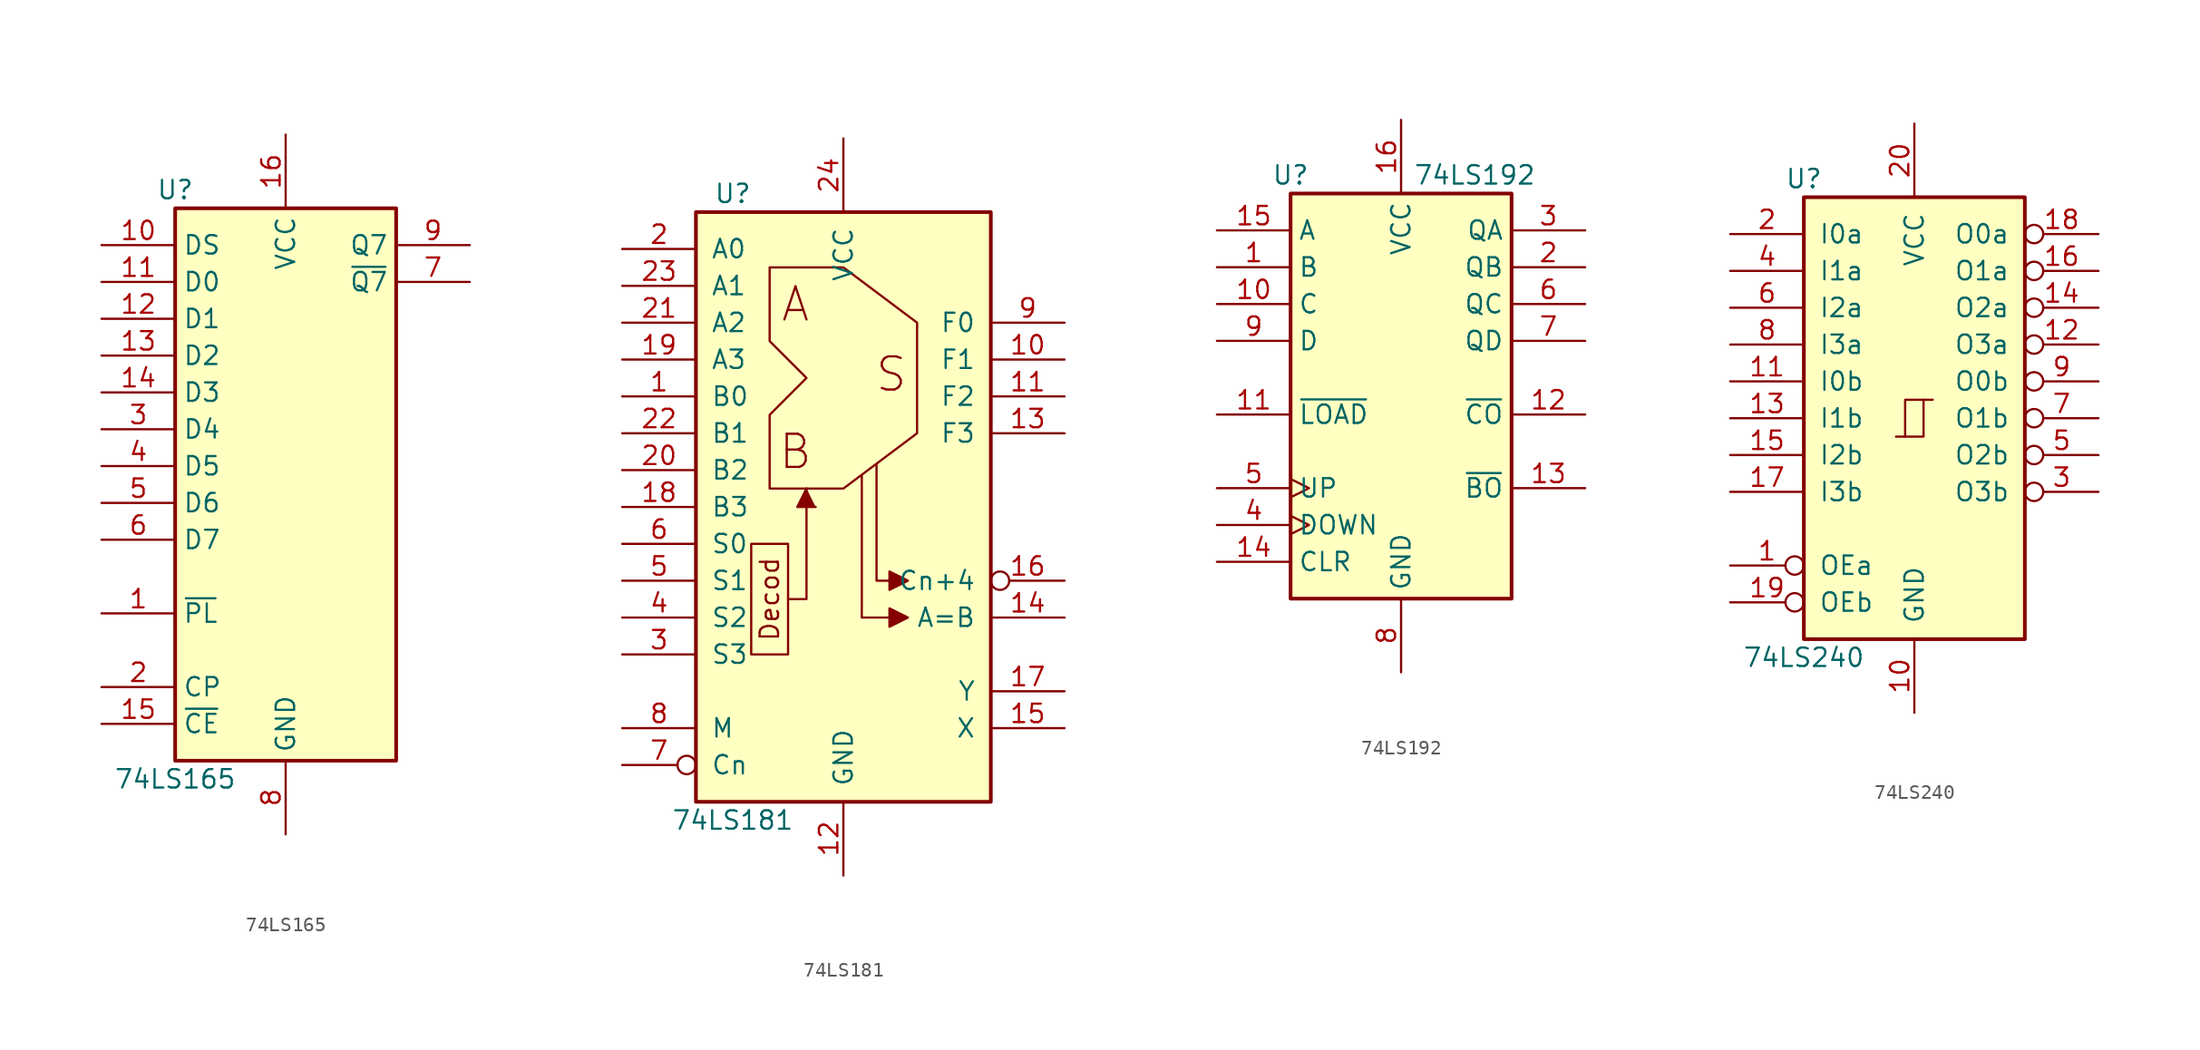
<source format=kicad_sym>
(kicad_symbol_lib
  (version 20201005)
  (generator kicad_symbol_editor)
  (symbol "74LS165"
    (property "Reference" "U"
      (at -7.62 19.05 0)
      (effects (font (size 1.27 1.27))))
    (property "Value" "74LS165"
      (at -7.62 -21.59 0)
      (effects (font (size 1.27 1.27))))
    (symbol "74LS165_1_0"
      (pin input line (at -12.7 -10.16 0) (length 5.08) (name "~PL" (effects (font (size 1.27 1.27)))) (number "1" (effects (font (size 1.27 1.27)))))
      (pin input line (at -12.7 15.24 0) (length 5.08) (name "DS" (effects (font (size 1.27 1.27)))) (number "10" (effects (font (size 1.27 1.27)))))
      (pin input line (at -12.7 12.7 0) (length 5.08) (name "D0" (effects (font (size 1.27 1.27)))) (number "11" (effects (font (size 1.27 1.27)))))
      (pin input line (at -12.7 10.16 0) (length 5.08) (name "D1" (effects (font (size 1.27 1.27)))) (number "12" (effects (font (size 1.27 1.27)))))
      (pin input line (at -12.7 7.62 0) (length 5.08) (name "D2" (effects (font (size 1.27 1.27)))) (number "13" (effects (font (size 1.27 1.27)))))
      (pin input line (at -12.7 5.08 0) (length 5.08) (name "D3" (effects (font (size 1.27 1.27)))) (number "14" (effects (font (size 1.27 1.27)))))
      (pin input line (at -12.7 -17.78 0) (length 5.08) (name "~CE" (effects (font (size 1.27 1.27)))) (number "15" (effects (font (size 1.27 1.27)))))
      (pin power_in line (at 0 22.86 270) (length 5.08) (name "VCC" (effects (font (size 1.27 1.27)))) (number "16" (effects (font (size 1.27 1.27)))))
      (pin input line (at -12.7 -15.24 0) (length 5.08) (name "CP" (effects (font (size 1.27 1.27)))) (number "2" (effects (font (size 1.27 1.27)))))
      (pin input line (at -12.7 2.54 0) (length 5.08) (name "D4" (effects (font (size 1.27 1.27)))) (number "3" (effects (font (size 1.27 1.27)))))
      (pin input line (at -12.7 0 0) (length 5.08) (name "D5" (effects (font (size 1.27 1.27)))) (number "4" (effects (font (size 1.27 1.27)))))
      (pin input line (at -12.7 -2.54 0) (length 5.08) (name "D6" (effects (font (size 1.27 1.27)))) (number "5" (effects (font (size 1.27 1.27)))))
      (pin input line (at -12.7 -5.08 0) (length 5.08) (name "D7" (effects (font (size 1.27 1.27)))) (number "6" (effects (font (size 1.27 1.27)))))
      (pin output line (at 12.7 12.7 180) (length 5.08) (name "~Q7" (effects (font (size 1.27 1.27)))) (number "7" (effects (font (size 1.27 1.27)))))
      (pin power_in line (at 0 -25.4 90) (length 5.08) (name "GND" (effects (font (size 1.27 1.27)))) (number "8" (effects (font (size 1.27 1.27)))))
      (pin output line (at 12.7 15.24 180) (length 5.08) (name "Q7" (effects (font (size 1.27 1.27)))) (number "9" (effects (font (size 1.27 1.27))))))
    (symbol "74LS165_1_1"
      (rectangle (start -7.62 17.78) (end 7.62 -20.32) (stroke (width 0.254)) (fill (type background)))))
  (symbol "74LS181"
    (pin_names
      (offset 1.016))
    (property "Reference" "U"
      (at -7.62 21.59 0)
      (effects (font (size 1.27 1.27))))
    (property "Value" "74LS181"
      (at -7.62 -21.59 0)
      (effects (font (size 1.27 1.27))))
    (property "ki_locked" ""
      (at 0 0 0)
      (effects (font (size 1.27 1.27))))
    (symbol "74LS181_1_0"
      (text "A" (at -3.302 13.97 0) (effects (font (size 2.286 2.286))))
      (text "B" (at -3.302 3.81 0) (effects (font (size 2.286 2.286))))
      (text "Decod" (at -5.08 -6.35 900) (effects (font (size 1.27 1.27))))
      (text "S" (at 3.302 9.144 0) (effects (font (size 2.286 2.286))))
      (polyline (pts (xy -3.81 -6.35) (xy -2.54 -6.35) (xy -2.54 1.27)) (stroke (width 0)) (fill (type none)))
      (polyline (pts (xy 1.27 2.159) (xy 1.27 -7.62) (xy 3.175 -7.62)) (stroke (width 0)) (fill (type none)))
      (polyline (pts (xy 3.175 -5.08) (xy 2.286 -5.08) (xy 2.286 2.921)) (stroke (width 0)) (fill (type none)))
      (polyline (pts (xy -6.35 -2.54) (xy -6.35 -10.16) (xy -3.81 -10.16) (xy -3.81 -2.54) (xy -6.35 -2.54)) (stroke (width 0)) (fill (type none)))
      (polyline (pts (xy -5.08 16.51) (xy -5.08 11.43) (xy -2.54 8.89) (xy -5.08 6.35) (xy -5.08 1.27) (xy 0 1.27) (xy 5.08 5.08) (xy 5.08 12.7) (xy 0 16.51) (xy -5.08 16.51)) (stroke (width 0)) (fill (type none)))
      (polyline (pts (xy -2.54 1.27) (xy -3.175 0) (xy -1.905 0)) (stroke (width 0)) (fill (type outline)))
      (polyline (pts (xy 4.445 -7.62) (xy 3.175 -6.985) (xy 3.175 -8.255) (xy 4.445 -7.62)) (stroke (width 0)) (fill (type outline)))
      (polyline (pts (xy 4.445 -5.08) (xy 3.175 -4.445) (xy 3.175 -5.715) (xy 4.445 -5.08)) (stroke (width 0)) (fill (type outline)))
      (pin input line (at -15.24 7.62 0) (length 5.08) (name "B0" (effects (font (size 1.27 1.27)))) (number "1" (effects (font (size 1.27 1.27)))))
      (pin output line (at 15.24 10.16 180) (length 5.08) (name "F1" (effects (font (size 1.27 1.27)))) (number "10" (effects (font (size 1.27 1.27)))))
      (pin output line (at 15.24 7.62 180) (length 5.08) (name "F2" (effects (font (size 1.27 1.27)))) (number "11" (effects (font (size 1.27 1.27)))))
      (pin power_in line (at 0 -25.4 90) (length 5.08) (name "GND" (effects (font (size 1.27 1.27)))) (number "12" (effects (font (size 1.27 1.27)))))
      (pin output line (at 15.24 5.08 180) (length 5.08) (name "F3" (effects (font (size 1.27 1.27)))) (number "13" (effects (font (size 1.27 1.27)))))
      (pin output line (at 15.24 -7.62 180) (length 5.08) (name "A=B" (effects (font (size 1.27 1.27)))) (number "14" (effects (font (size 1.27 1.27)))))
      (pin output line (at 15.24 -15.24 180) (length 5.08) (name "X" (effects (font (size 1.27 1.27)))) (number "15" (effects (font (size 1.27 1.27)))))
      (pin output inverted (at 15.24 -5.08 180) (length 5.08) (name "Cn+4" (effects (font (size 1.27 1.27)))) (number "16" (effects (font (size 1.27 1.27)))))
      (pin output line (at 15.24 -12.7 180) (length 5.08) (name "Y" (effects (font (size 1.27 1.27)))) (number "17" (effects (font (size 1.27 1.27)))))
      (pin input line (at -15.24 0 0) (length 5.08) (name "B3" (effects (font (size 1.27 1.27)))) (number "18" (effects (font (size 1.27 1.27)))))
      (pin input line (at -15.24 10.16 0) (length 5.08) (name "A3" (effects (font (size 1.27 1.27)))) (number "19" (effects (font (size 1.27 1.27)))))
      (pin input line (at -15.24 17.78 0) (length 5.08) (name "A0" (effects (font (size 1.27 1.27)))) (number "2" (effects (font (size 1.27 1.27)))))
      (pin input line (at -15.24 2.54 0) (length 5.08) (name "B2" (effects (font (size 1.27 1.27)))) (number "20" (effects (font (size 1.27 1.27)))))
      (pin input line (at -15.24 12.7 0) (length 5.08) (name "A2" (effects (font (size 1.27 1.27)))) (number "21" (effects (font (size 1.27 1.27)))))
      (pin input line (at -15.24 5.08 0) (length 5.08) (name "B1" (effects (font (size 1.27 1.27)))) (number "22" (effects (font (size 1.27 1.27)))))
      (pin input line (at -15.24 15.24 0) (length 5.08) (name "A1" (effects (font (size 1.27 1.27)))) (number "23" (effects (font (size 1.27 1.27)))))
      (pin power_in line (at 0 25.4 270) (length 5.08) (name "VCC" (effects (font (size 1.27 1.27)))) (number "24" (effects (font (size 1.27 1.27)))))
      (pin input line (at -15.24 -10.16 0) (length 5.08) (name "S3" (effects (font (size 1.27 1.27)))) (number "3" (effects (font (size 1.27 1.27)))))
      (pin input line (at -15.24 -7.62 0) (length 5.08) (name "S2" (effects (font (size 1.27 1.27)))) (number "4" (effects (font (size 1.27 1.27)))))
      (pin input line (at -15.24 -5.08 0) (length 5.08) (name "S1" (effects (font (size 1.27 1.27)))) (number "5" (effects (font (size 1.27 1.27)))))
      (pin input line (at -15.24 -2.54 0) (length 5.08) (name "S0" (effects (font (size 1.27 1.27)))) (number "6" (effects (font (size 1.27 1.27)))))
      (pin input inverted (at -15.24 -17.78 0) (length 5.08) (name "Cn" (effects (font (size 1.27 1.27)))) (number "7" (effects (font (size 1.27 1.27)))))
      (pin input line (at -15.24 -15.24 0) (length 5.08) (name "M" (effects (font (size 1.27 1.27)))) (number "8" (effects (font (size 1.27 1.27)))))
      (pin output line (at 15.24 12.7 180) (length 5.08) (name "F0" (effects (font (size 1.27 1.27)))) (number "9" (effects (font (size 1.27 1.27))))))
    (symbol "74LS181_1_1"
      (rectangle (start -10.16 20.32) (end 10.16 -20.32) (stroke (width 0.254)) (fill (type background)))))
  (symbol "74LS192"
    (property "Reference" "U"
      (at -7.62 13.97 0)
      (effects (font (size 1.27 1.27))))
    (property "Value" "74LS192"
      (at 5.08 13.97 0)
      (effects (font (size 1.27 1.27))))
    (symbol "74LS192_1_0"
      (pin input line (at -12.7 7.62 0) (length 5.08) (name "B" (effects (font (size 1.27 1.27)))) (number "1" (effects (font (size 1.27 1.27)))))
      (pin input line (at -12.7 5.08 0) (length 5.08) (name "C" (effects (font (size 1.27 1.27)))) (number "10" (effects (font (size 1.27 1.27)))))
      (pin input line (at -12.7 -2.54 0) (length 5.08) (name "~LOAD" (effects (font (size 1.27 1.27)))) (number "11" (effects (font (size 1.27 1.27)))))
      (pin output line (at 12.7 -2.54 180) (length 5.08) (name "~CO" (effects (font (size 1.27 1.27)))) (number "12" (effects (font (size 1.27 1.27)))))
      (pin output line (at 12.7 -7.62 180) (length 5.08) (name "~BO" (effects (font (size 1.27 1.27)))) (number "13" (effects (font (size 1.27 1.27)))))
      (pin input line (at -12.7 -12.7 0) (length 5.08) (name "CLR" (effects (font (size 1.27 1.27)))) (number "14" (effects (font (size 1.27 1.27)))))
      (pin input line (at -12.7 10.16 0) (length 5.08) (name "A" (effects (font (size 1.27 1.27)))) (number "15" (effects (font (size 1.27 1.27)))))
      (pin power_in line (at 0 17.78 270) (length 5.08) (name "VCC" (effects (font (size 1.27 1.27)))) (number "16" (effects (font (size 1.27 1.27)))))
      (pin output line (at 12.7 7.62 180) (length 5.08) (name "QB" (effects (font (size 1.27 1.27)))) (number "2" (effects (font (size 1.27 1.27)))))
      (pin output line (at 12.7 10.16 180) (length 5.08) (name "QA" (effects (font (size 1.27 1.27)))) (number "3" (effects (font (size 1.27 1.27)))))
      (pin input clock (at -12.7 -10.16 0) (length 5.08) (name "DOWN" (effects (font (size 1.27 1.27)))) (number "4" (effects (font (size 1.27 1.27)))))
      (pin input clock (at -12.7 -7.62 0) (length 5.08) (name "UP" (effects (font (size 1.27 1.27)))) (number "5" (effects (font (size 1.27 1.27)))))
      (pin output line (at 12.7 5.08 180) (length 5.08) (name "QC" (effects (font (size 1.27 1.27)))) (number "6" (effects (font (size 1.27 1.27)))))
      (pin output line (at 12.7 2.54 180) (length 5.08) (name "QD" (effects (font (size 1.27 1.27)))) (number "7" (effects (font (size 1.27 1.27)))))
      (pin power_in line (at 0 -20.32 90) (length 5.08) (name "GND" (effects (font (size 1.27 1.27)))) (number "8" (effects (font (size 1.27 1.27)))))
      (pin input line (at -12.7 2.54 0) (length 5.08) (name "D" (effects (font (size 1.27 1.27)))) (number "9" (effects (font (size 1.27 1.27))))))
    (symbol "74LS192_1_1"
      (rectangle (start -7.62 12.7) (end 7.62 -15.24) (stroke (width 0.254)) (fill (type background)))))
  (symbol "74LS240"
    (pin_names
      (offset 1.016))
    (property "Reference" "U"
      (at -7.62 16.51 0)
      (effects (font (size 1.27 1.27))))
    (property "Value" "74LS240"
      (at -7.62 -16.51 0)
      (effects (font (size 1.27 1.27))))
    (symbol "74LS240_1_0"
      (polyline (pts (xy -0.635 -1.27) (xy -0.635 1.27) (xy 0.635 1.27)) (stroke (width 0)) (fill (type none)))
      (polyline (pts (xy -1.27 -1.27) (xy 0.635 -1.27) (xy 0.635 1.27) (xy 1.27 1.27)) (stroke (width 0)) (fill (type none)))
      (pin input inverted (at -12.7 -10.16 0) (length 5.08) (name "OEa" (effects (font (size 1.27 1.27)))) (number "1" (effects (font (size 1.27 1.27)))))
      (pin power_in line (at 0 -20.32 90) (length 5.08) (name "GND" (effects (font (size 1.27 1.27)))) (number "10" (effects (font (size 1.27 1.27)))))
      (pin input line (at -12.7 2.54 0) (length 5.08) (name "I0b" (effects (font (size 1.27 1.27)))) (number "11" (effects (font (size 1.27 1.27)))))
      (pin tri_state inverted (at 12.7 5.08 180) (length 5.08) (name "O3a" (effects (font (size 1.27 1.27)))) (number "12" (effects (font (size 1.27 1.27)))))
      (pin input line (at -12.7 0 0) (length 5.08) (name "I1b" (effects (font (size 1.27 1.27)))) (number "13" (effects (font (size 1.27 1.27)))))
      (pin tri_state inverted (at 12.7 7.62 180) (length 5.08) (name "O2a" (effects (font (size 1.27 1.27)))) (number "14" (effects (font (size 1.27 1.27)))))
      (pin input line (at -12.7 -2.54 0) (length 5.08) (name "I2b" (effects (font (size 1.27 1.27)))) (number "15" (effects (font (size 1.27 1.27)))))
      (pin tri_state inverted (at 12.7 10.16 180) (length 5.08) (name "O1a" (effects (font (size 1.27 1.27)))) (number "16" (effects (font (size 1.27 1.27)))))
      (pin input line (at -12.7 -5.08 0) (length 5.08) (name "I3b" (effects (font (size 1.27 1.27)))) (number "17" (effects (font (size 1.27 1.27)))))
      (pin tri_state inverted (at 12.7 12.7 180) (length 5.08) (name "O0a" (effects (font (size 1.27 1.27)))) (number "18" (effects (font (size 1.27 1.27)))))
      (pin input inverted (at -12.7 -12.7 0) (length 5.08) (name "OEb" (effects (font (size 1.27 1.27)))) (number "19" (effects (font (size 1.27 1.27)))))
      (pin input line (at -12.7 12.7 0) (length 5.08) (name "I0a" (effects (font (size 1.27 1.27)))) (number "2" (effects (font (size 1.27 1.27)))))
      (pin power_in line (at 0 20.32 270) (length 5.08) (name "VCC" (effects (font (size 1.27 1.27)))) (number "20" (effects (font (size 1.27 1.27)))))
      (pin tri_state inverted (at 12.7 -5.08 180) (length 5.08) (name "O3b" (effects (font (size 1.27 1.27)))) (number "3" (effects (font (size 1.27 1.27)))))
      (pin input line (at -12.7 10.16 0) (length 5.08) (name "I1a" (effects (font (size 1.27 1.27)))) (number "4" (effects (font (size 1.27 1.27)))))
      (pin tri_state inverted (at 12.7 -2.54 180) (length 5.08) (name "O2b" (effects (font (size 1.27 1.27)))) (number "5" (effects (font (size 1.27 1.27)))))
      (pin input line (at -12.7 7.62 0) (length 5.08) (name "I2a" (effects (font (size 1.27 1.27)))) (number "6" (effects (font (size 1.27 1.27)))))
      (pin tri_state inverted (at 12.7 0 180) (length 5.08) (name "O1b" (effects (font (size 1.27 1.27)))) (number "7" (effects (font (size 1.27 1.27)))))
      (pin input line (at -12.7 5.08 0) (length 5.08) (name "I3a" (effects (font (size 1.27 1.27)))) (number "8" (effects (font (size 1.27 1.27)))))
      (pin tri_state inverted (at 12.7 2.54 180) (length 5.08) (name "O0b" (effects (font (size 1.27 1.27)))) (number "9" (effects (font (size 1.27 1.27))))))
    (symbol "74LS240_1_1"
      (rectangle (start -7.62 15.24) (end 7.62 -15.24) (stroke (width 0.254)) (fill (type background))))))
</source>
